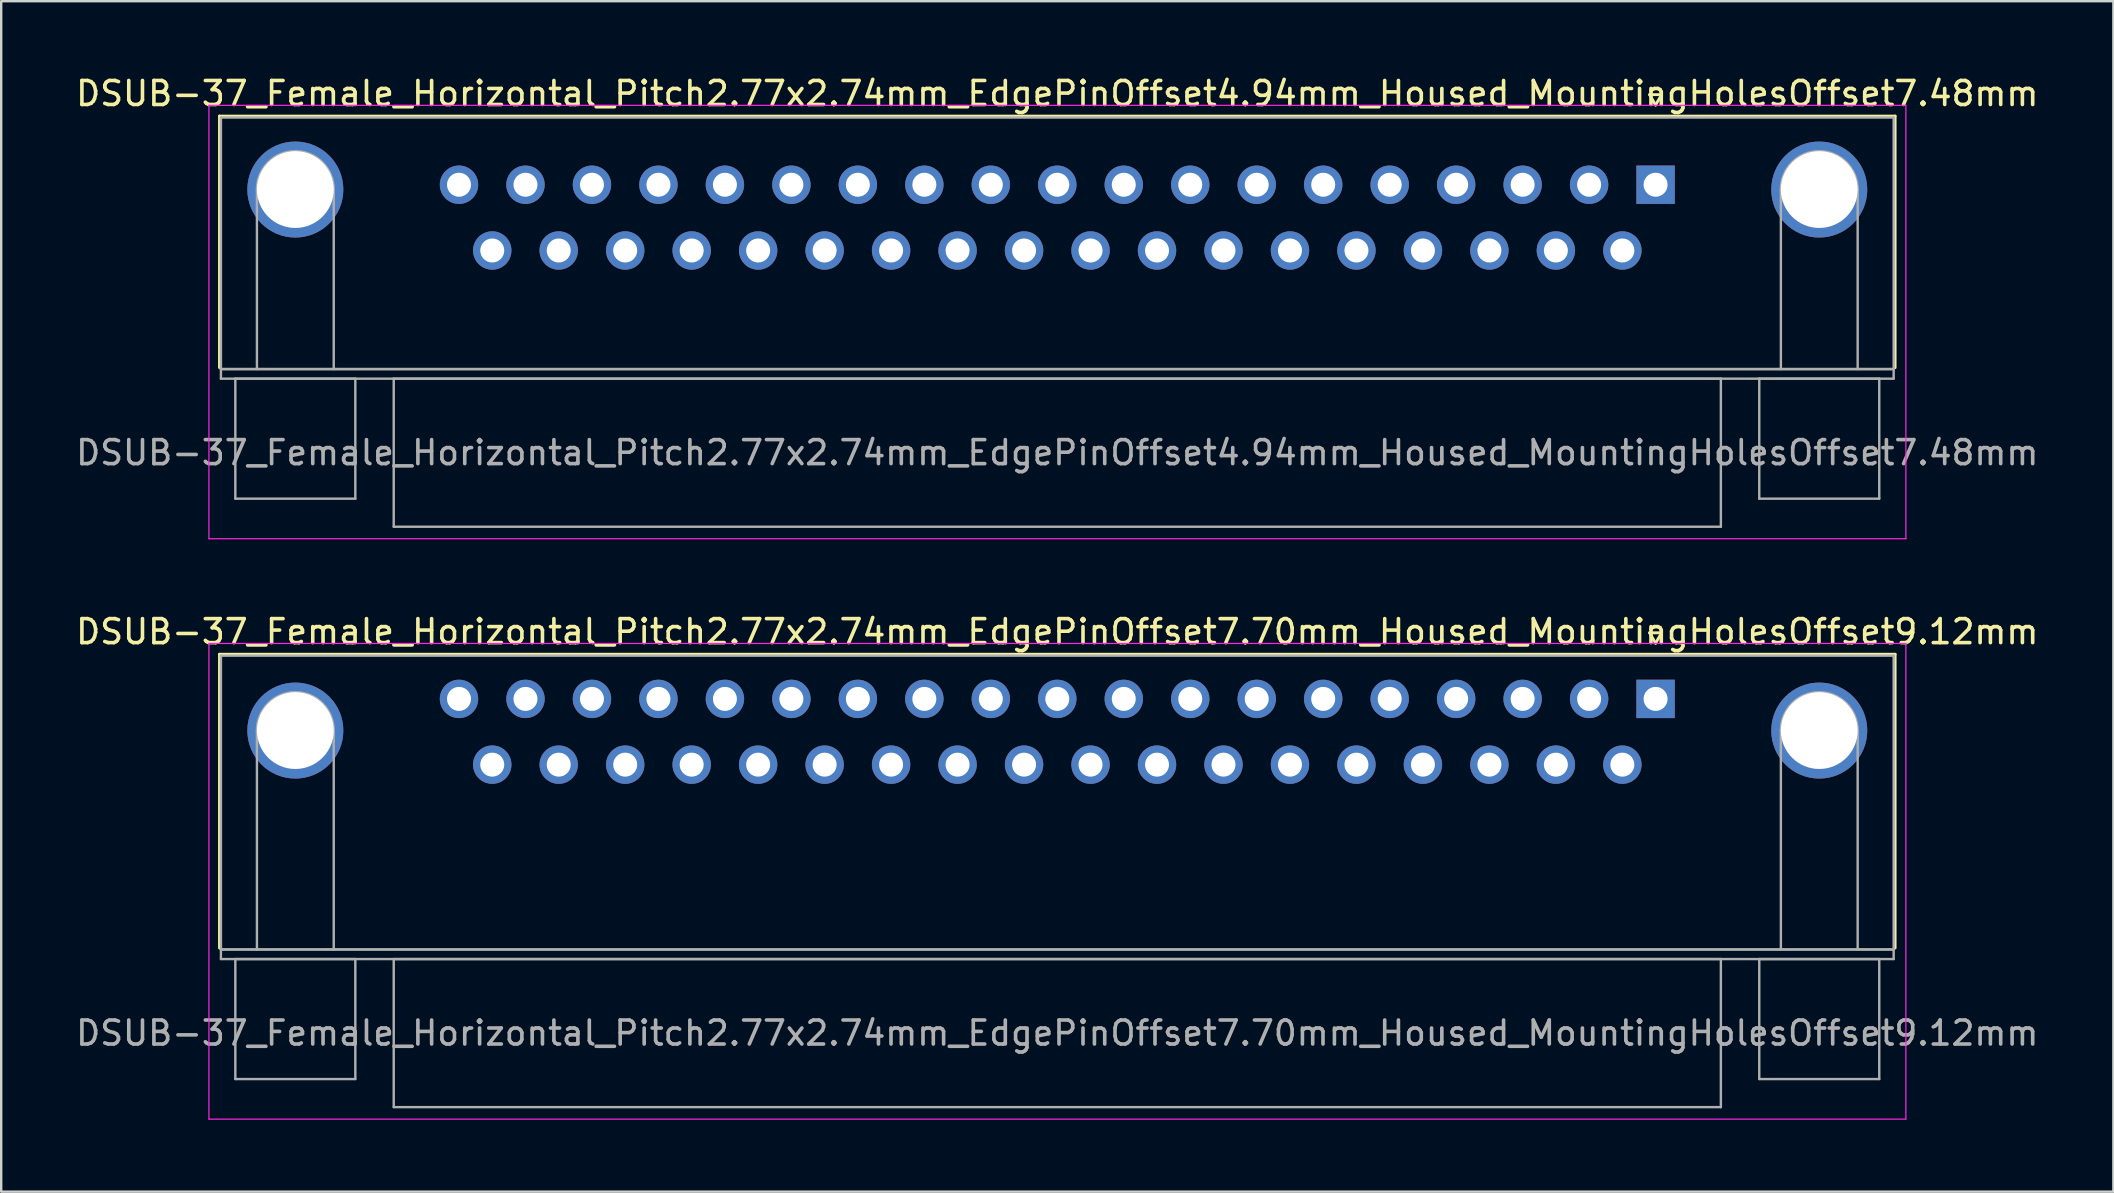
<source format=kicad_pcb>
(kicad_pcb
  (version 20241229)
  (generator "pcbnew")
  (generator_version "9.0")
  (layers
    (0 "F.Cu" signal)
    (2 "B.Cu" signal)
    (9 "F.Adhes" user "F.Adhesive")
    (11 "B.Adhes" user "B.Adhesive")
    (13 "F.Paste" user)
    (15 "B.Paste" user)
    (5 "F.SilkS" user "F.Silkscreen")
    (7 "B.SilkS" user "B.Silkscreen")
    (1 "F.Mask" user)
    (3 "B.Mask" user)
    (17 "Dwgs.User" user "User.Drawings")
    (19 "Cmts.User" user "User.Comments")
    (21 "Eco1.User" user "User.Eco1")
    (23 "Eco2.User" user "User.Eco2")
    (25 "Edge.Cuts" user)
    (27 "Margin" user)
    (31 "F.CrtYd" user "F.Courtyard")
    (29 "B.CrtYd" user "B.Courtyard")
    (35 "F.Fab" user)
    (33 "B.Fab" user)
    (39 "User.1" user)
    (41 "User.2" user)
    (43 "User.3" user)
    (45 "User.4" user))
  (footprint "DSUB-37_Female_Horizontal_Pitch2.77x2.74mm_EdgePinOffset4.94mm_Housed_MountingHolesOffset7.48mm"
    (layer "F.Cu")
    (at 65.936 4.648)
    (property "Reference" "DSUB-37_Female_Horizontal_Pitch2.77x2.74mm_EdgePinOffset4.94mm_Housed_MountingHolesOffset7.48mm" (at -24.93 -3.8 0) (layer "F.SilkS") (effects (font (size 1 1) (thickness 0.15))))
    (attr through_hole)
    (fp_line (start -59.84 -2.86) (end 9.98 -2.86) (stroke (width 0.12) (type solid)) (layer "F.SilkS"))
    (fp_line (start -59.84 7.62) (end -59.84 -2.86) (stroke (width 0.12) (type solid)) (layer "F.SilkS"))
    (fp_line (start -0.25 -3.754) (end 0.25 -3.754) (stroke (width 0.12) (type solid)) (layer "F.SilkS"))
    (fp_line (start 0 -3.321) (end -0.25 -3.754) (stroke (width 0.12) (type solid)) (layer "F.SilkS"))
    (fp_line (start 0.25 -3.754) (end 0 -3.321) (stroke (width 0.12) (type solid)) (layer "F.SilkS"))
    (fp_line (start 9.98 -2.86) (end 9.98 7.62) (stroke (width 0.12) (type solid)) (layer "F.SilkS"))
    (fp_line (start -60.28 -3.31) (end -60.28 14.75) (stroke (width 0.05) (type solid)) (layer "F.CrtYd"))
    (fp_line (start -60.28 14.75) (end 10.43 14.75) (stroke (width 0.05) (type solid)) (layer "F.CrtYd"))
    (fp_line (start 10.43 -3.31) (end -60.28 -3.31) (stroke (width 0.05) (type solid)) (layer "F.CrtYd"))
    (fp_line (start 10.43 14.75) (end 10.43 -3.31) (stroke (width 0.05) (type solid)) (layer "F.CrtYd"))
    (fp_line (start -59.78 -2.8) (end -59.78 7.68) (stroke (width 0.1) (type solid)) (layer "F.Fab"))
    (fp_line (start -59.78 7.68) (end -59.78 8.08) (stroke (width 0.1) (type solid)) (layer "F.Fab"))
    (fp_line (start -59.78 7.68) (end 9.92 7.68) (stroke (width 0.1) (type solid)) (layer "F.Fab"))
    (fp_line (start -59.78 8.08) (end 9.92 8.08) (stroke (width 0.1) (type solid)) (layer "F.Fab"))
    (fp_line (start -59.18 8.08) (end -59.18 13.08) (stroke (width 0.1) (type solid)) (layer "F.Fab"))
    (fp_line (start -59.18 13.08) (end -54.18 13.08) (stroke (width 0.1) (type solid)) (layer "F.Fab"))
    (fp_line (start -58.28 7.68) (end -58.28 0.2) (stroke (width 0.1) (type solid)) (layer "F.Fab"))
    (fp_line (start -55.08 7.68) (end -55.08 0.2) (stroke (width 0.1) (type solid)) (layer "F.Fab"))
    (fp_line (start -54.18 8.08) (end -59.18 8.08) (stroke (width 0.1) (type solid)) (layer "F.Fab"))
    (fp_line (start -54.18 13.08) (end -54.18 8.08) (stroke (width 0.1) (type solid)) (layer "F.Fab"))
    (fp_line (start -52.58 8.08) (end -52.58 14.25) (stroke (width 0.1) (type solid)) (layer "F.Fab"))
    (fp_line (start -52.58 14.25) (end 2.72 14.25) (stroke (width 0.1) (type solid)) (layer "F.Fab"))
    (fp_line (start 2.72 8.08) (end -52.58 8.08) (stroke (width 0.1) (type solid)) (layer "F.Fab"))
    (fp_line (start 2.72 14.25) (end 2.72 8.08) (stroke (width 0.1) (type solid)) (layer "F.Fab"))
    (fp_line (start 4.32 8.08) (end 4.32 13.08) (stroke (width 0.1) (type solid)) (layer "F.Fab"))
    (fp_line (start 4.32 13.08) (end 9.32 13.08) (stroke (width 0.1) (type solid)) (layer "F.Fab"))
    (fp_line (start 5.22 7.68) (end 5.22 0.2) (stroke (width 0.1) (type solid)) (layer "F.Fab"))
    (fp_line (start 8.42 7.68) (end 8.42 0.2) (stroke (width 0.1) (type solid)) (layer "F.Fab"))
    (fp_line (start 9.32 8.08) (end 4.32 8.08) (stroke (width 0.1) (type solid)) (layer "F.Fab"))
    (fp_line (start 9.32 13.08) (end 9.32 8.08) (stroke (width 0.1) (type solid)) (layer "F.Fab"))
    (fp_line (start 9.92 -2.8) (end -59.78 -2.8) (stroke (width 0.1) (type solid)) (layer "F.Fab"))
    (fp_line (start 9.92 7.68) (end -59.78 7.68) (stroke (width 0.1) (type solid)) (layer "F.Fab"))
    (fp_line (start 9.92 7.68) (end 9.92 -2.8) (stroke (width 0.1) (type solid)) (layer "F.Fab"))
    (fp_line (start 9.92 8.08) (end 9.92 7.68) (stroke (width 0.1) (type solid)) (layer "F.Fab"))
    (fp_arc (start -58.28 0.2) (mid -56.68 -1.4) (end -55.08 0.2) (stroke (width 0.1) (type solid)) (layer "F.Fab"))
    (fp_arc (start 5.22 0.2) (mid 6.82 -1.4) (end 8.42 0.2) (stroke (width 0.1) (type solid)) (layer "F.Fab"))
    (fp_text user "${REFERENCE}" (at -24.93 11.165 0) (layer "F.Fab") (effects (font (size 1 1) (thickness 0.15))))
    (pad "0" thru_hole circle (at -56.68 0.2) (size 4 4) (drill 3.2) (layers "*.Cu" "*.Mask"))
    (pad "0" thru_hole circle (at 6.82 0.2) (size 4 4) (drill 3.2) (layers "*.Cu" "*.Mask"))
    (pad "1" thru_hole rect (at 0 0) (size 1.6 1.6) (drill 1) (layers "*.Cu" "*.Mask"))
    (pad "2" thru_hole circle (at -2.77 0) (size 1.6 1.6) (drill 1) (layers "*.Cu" "*.Mask"))
    (pad "3" thru_hole circle (at -5.54 0) (size 1.6 1.6) (drill 1) (layers "*.Cu" "*.Mask"))
    (pad "4" thru_hole circle (at -8.31 0) (size 1.6 1.6) (drill 1) (layers "*.Cu" "*.Mask"))
    (pad "5" thru_hole circle (at -11.08 0) (size 1.6 1.6) (drill 1) (layers "*.Cu" "*.Mask"))
    (pad "6" thru_hole circle (at -13.85 0) (size 1.6 1.6) (drill 1) (layers "*.Cu" "*.Mask"))
    (pad "7" thru_hole circle (at -16.62 0) (size 1.6 1.6) (drill 1) (layers "*.Cu" "*.Mask"))
    (pad "8" thru_hole circle (at -19.39 0) (size 1.6 1.6) (drill 1) (layers "*.Cu" "*.Mask"))
    (pad "9" thru_hole circle (at -22.16 0) (size 1.6 1.6) (drill 1) (layers "*.Cu" "*.Mask"))
    (pad "10" thru_hole circle (at -24.93 0) (size 1.6 1.6) (drill 1) (layers "*.Cu" "*.Mask"))
    (pad "11" thru_hole circle (at -27.7 0) (size 1.6 1.6) (drill 1) (layers "*.Cu" "*.Mask"))
    (pad "12" thru_hole circle (at -30.47 0) (size 1.6 1.6) (drill 1) (layers "*.Cu" "*.Mask"))
    (pad "13" thru_hole circle (at -33.24 0) (size 1.6 1.6) (drill 1) (layers "*.Cu" "*.Mask"))
    (pad "14" thru_hole circle (at -36.01 0) (size 1.6 1.6) (drill 1) (layers "*.Cu" "*.Mask"))
    (pad "15" thru_hole circle (at -38.78 0) (size 1.6 1.6) (drill 1) (layers "*.Cu" "*.Mask"))
    (pad "16" thru_hole circle (at -41.55 0) (size 1.6 1.6) (drill 1) (layers "*.Cu" "*.Mask"))
    (pad "17" thru_hole circle (at -44.32 0) (size 1.6 1.6) (drill 1) (layers "*.Cu" "*.Mask"))
    (pad "18" thru_hole circle (at -47.09 0) (size 1.6 1.6) (drill 1) (layers "*.Cu" "*.Mask"))
    (pad "19" thru_hole circle (at -49.86 0) (size 1.6 1.6) (drill 1) (layers "*.Cu" "*.Mask"))
    (pad "20" thru_hole circle (at -1.385 2.74) (size 1.6 1.6) (drill 1) (layers "*.Cu" "*.Mask"))
    (pad "21" thru_hole circle (at -4.155 2.74) (size 1.6 1.6) (drill 1) (layers "*.Cu" "*.Mask"))
    (pad "22" thru_hole circle (at -6.925 2.74) (size 1.6 1.6) (drill 1) (layers "*.Cu" "*.Mask"))
    (pad "23" thru_hole circle (at -9.695 2.74) (size 1.6 1.6) (drill 1) (layers "*.Cu" "*.Mask"))
    (pad "24" thru_hole circle (at -12.465 2.74) (size 1.6 1.6) (drill 1) (layers "*.Cu" "*.Mask"))
    (pad "25" thru_hole circle (at -15.235 2.74) (size 1.6 1.6) (drill 1) (layers "*.Cu" "*.Mask"))
    (pad "26" thru_hole circle (at -18.005 2.74) (size 1.6 1.6) (drill 1) (layers "*.Cu" "*.Mask"))
    (pad "27" thru_hole circle (at -20.775 2.74) (size 1.6 1.6) (drill 1) (layers "*.Cu" "*.Mask"))
    (pad "28" thru_hole circle (at -23.545 2.74) (size 1.6 1.6) (drill 1) (layers "*.Cu" "*.Mask"))
    (pad "29" thru_hole circle (at -26.315 2.74) (size 1.6 1.6) (drill 1) (layers "*.Cu" "*.Mask"))
    (pad "30" thru_hole circle (at -29.085 2.74) (size 1.6 1.6) (drill 1) (layers "*.Cu" "*.Mask"))
    (pad "31" thru_hole circle (at -31.855 2.74) (size 1.6 1.6) (drill 1) (layers "*.Cu" "*.Mask"))
    (pad "32" thru_hole circle (at -34.625 2.74) (size 1.6 1.6) (drill 1) (layers "*.Cu" "*.Mask"))
    (pad "33" thru_hole circle (at -37.395 2.74) (size 1.6 1.6) (drill 1) (layers "*.Cu" "*.Mask"))
    (pad "34" thru_hole circle (at -40.165 2.74) (size 1.6 1.6) (drill 1) (layers "*.Cu" "*.Mask"))
    (pad "35" thru_hole circle (at -42.935 2.74) (size 1.6 1.6) (drill 1) (layers "*.Cu" "*.Mask"))
    (pad "36" thru_hole circle (at -45.705 2.74) (size 1.6 1.6) (drill 1) (layers "*.Cu" "*.Mask"))
    (pad "37" thru_hole circle (at -48.475 2.74) (size 1.6 1.6) (drill 1) (layers "*.Cu" "*.Mask")))
  (footprint "DSUB-37_Female_Horizontal_Pitch2.77x2.74mm_EdgePinOffset7.70mm_Housed_MountingHolesOffset9.12mm"
    (layer "F.Cu")
    (at 65.936 26.072)
    (property "Reference" "DSUB-37_Female_Horizontal_Pitch2.77x2.74mm_EdgePinOffset7.70mm_Housed_MountingHolesOffset9.12mm" (at -24.93 -2.8 0) (layer "F.SilkS") (effects (font (size 1 1) (thickness 0.15))))
    (attr through_hole)
    (fp_line (start -59.84 -1.86) (end 9.98 -1.86) (stroke (width 0.12) (type solid)) (layer "F.SilkS"))
    (fp_line (start -59.84 10.38) (end -59.84 -1.86) (stroke (width 0.12) (type solid)) (layer "F.SilkS"))
    (fp_line (start -0.25 -2.754) (end 0.25 -2.754) (stroke (width 0.12) (type solid)) (layer "F.SilkS"))
    (fp_line (start 0 -2.321) (end -0.25 -2.754) (stroke (width 0.12) (type solid)) (layer "F.SilkS"))
    (fp_line (start 0.25 -2.754) (end 0 -2.321) (stroke (width 0.12) (type solid)) (layer "F.SilkS"))
    (fp_line (start 9.98 -1.86) (end 9.98 10.38) (stroke (width 0.12) (type solid)) (layer "F.SilkS"))
    (fp_line (start -60.28 -2.31) (end -60.28 17.51) (stroke (width 0.05) (type solid)) (layer "F.CrtYd"))
    (fp_line (start -60.28 17.51) (end 10.43 17.51) (stroke (width 0.05) (type solid)) (layer "F.CrtYd"))
    (fp_line (start 10.43 -2.31) (end -60.28 -2.31) (stroke (width 0.05) (type solid)) (layer "F.CrtYd"))
    (fp_line (start 10.43 17.51) (end 10.43 -2.31) (stroke (width 0.05) (type solid)) (layer "F.CrtYd"))
    (fp_line (start -59.78 -1.8) (end -59.78 10.44) (stroke (width 0.1) (type solid)) (layer "F.Fab"))
    (fp_line (start -59.78 10.44) (end -59.78 10.84) (stroke (width 0.1) (type solid)) (layer "F.Fab"))
    (fp_line (start -59.78 10.44) (end 9.92 10.44) (stroke (width 0.1) (type solid)) (layer "F.Fab"))
    (fp_line (start -59.78 10.84) (end 9.92 10.84) (stroke (width 0.1) (type solid)) (layer "F.Fab"))
    (fp_line (start -59.18 10.84) (end -59.18 15.84) (stroke (width 0.1) (type solid)) (layer "F.Fab"))
    (fp_line (start -59.18 15.84) (end -54.18 15.84) (stroke (width 0.1) (type solid)) (layer "F.Fab"))
    (fp_line (start -58.28 10.44) (end -58.28 1.32) (stroke (width 0.1) (type solid)) (layer "F.Fab"))
    (fp_line (start -55.08 10.44) (end -55.08 1.32) (stroke (width 0.1) (type solid)) (layer "F.Fab"))
    (fp_line (start -54.18 10.84) (end -59.18 10.84) (stroke (width 0.1) (type solid)) (layer "F.Fab"))
    (fp_line (start -54.18 15.84) (end -54.18 10.84) (stroke (width 0.1) (type solid)) (layer "F.Fab"))
    (fp_line (start -52.58 10.84) (end -52.58 17.01) (stroke (width 0.1) (type solid)) (layer "F.Fab"))
    (fp_line (start -52.58 17.01) (end 2.72 17.01) (stroke (width 0.1) (type solid)) (layer "F.Fab"))
    (fp_line (start 2.72 10.84) (end -52.58 10.84) (stroke (width 0.1) (type solid)) (layer "F.Fab"))
    (fp_line (start 2.72 17.01) (end 2.72 10.84) (stroke (width 0.1) (type solid)) (layer "F.Fab"))
    (fp_line (start 4.32 10.84) (end 4.32 15.84) (stroke (width 0.1) (type solid)) (layer "F.Fab"))
    (fp_line (start 4.32 15.84) (end 9.32 15.84) (stroke (width 0.1) (type solid)) (layer "F.Fab"))
    (fp_line (start 5.22 10.44) (end 5.22 1.32) (stroke (width 0.1) (type solid)) (layer "F.Fab"))
    (fp_line (start 8.42 10.44) (end 8.42 1.32) (stroke (width 0.1) (type solid)) (layer "F.Fab"))
    (fp_line (start 9.32 10.84) (end 4.32 10.84) (stroke (width 0.1) (type solid)) (layer "F.Fab"))
    (fp_line (start 9.32 15.84) (end 9.32 10.84) (stroke (width 0.1) (type solid)) (layer "F.Fab"))
    (fp_line (start 9.92 -1.8) (end -59.78 -1.8) (stroke (width 0.1) (type solid)) (layer "F.Fab"))
    (fp_line (start 9.92 10.44) (end -59.78 10.44) (stroke (width 0.1) (type solid)) (layer "F.Fab"))
    (fp_line (start 9.92 10.44) (end 9.92 -1.8) (stroke (width 0.1) (type solid)) (layer "F.Fab"))
    (fp_line (start 9.92 10.84) (end 9.92 10.44) (stroke (width 0.1) (type solid)) (layer "F.Fab"))
    (fp_arc (start -58.28 1.32) (mid -56.68 -0.28) (end -55.08 1.32) (stroke (width 0.1) (type solid)) (layer "F.Fab"))
    (fp_arc (start 5.22 1.32) (mid 6.82 -0.28) (end 8.42 1.32) (stroke (width 0.1) (type solid)) (layer "F.Fab"))
    (fp_text user "${REFERENCE}" (at -24.93 13.925 0) (layer "F.Fab") (effects (font (size 1 1) (thickness 0.15))))
    (pad "0" thru_hole circle (at -56.68 1.32) (size 4 4) (drill 3.2) (layers "*.Cu" "*.Mask"))
    (pad "0" thru_hole circle (at 6.82 1.32) (size 4 4) (drill 3.2) (layers "*.Cu" "*.Mask"))
    (pad "1" thru_hole rect (at 0 0) (size 1.6 1.6) (drill 1) (layers "*.Cu" "*.Mask"))
    (pad "2" thru_hole circle (at -2.77 0) (size 1.6 1.6) (drill 1) (layers "*.Cu" "*.Mask"))
    (pad "3" thru_hole circle (at -5.54 0) (size 1.6 1.6) (drill 1) (layers "*.Cu" "*.Mask"))
    (pad "4" thru_hole circle (at -8.31 0) (size 1.6 1.6) (drill 1) (layers "*.Cu" "*.Mask"))
    (pad "5" thru_hole circle (at -11.08 0) (size 1.6 1.6) (drill 1) (layers "*.Cu" "*.Mask"))
    (pad "6" thru_hole circle (at -13.85 0) (size 1.6 1.6) (drill 1) (layers "*.Cu" "*.Mask"))
    (pad "7" thru_hole circle (at -16.62 0) (size 1.6 1.6) (drill 1) (layers "*.Cu" "*.Mask"))
    (pad "8" thru_hole circle (at -19.39 0) (size 1.6 1.6) (drill 1) (layers "*.Cu" "*.Mask"))
    (pad "9" thru_hole circle (at -22.16 0) (size 1.6 1.6) (drill 1) (layers "*.Cu" "*.Mask"))
    (pad "10" thru_hole circle (at -24.93 0) (size 1.6 1.6) (drill 1) (layers "*.Cu" "*.Mask"))
    (pad "11" thru_hole circle (at -27.7 0) (size 1.6 1.6) (drill 1) (layers "*.Cu" "*.Mask"))
    (pad "12" thru_hole circle (at -30.47 0) (size 1.6 1.6) (drill 1) (layers "*.Cu" "*.Mask"))
    (pad "13" thru_hole circle (at -33.24 0) (size 1.6 1.6) (drill 1) (layers "*.Cu" "*.Mask"))
    (pad "14" thru_hole circle (at -36.01 0) (size 1.6 1.6) (drill 1) (layers "*.Cu" "*.Mask"))
    (pad "15" thru_hole circle (at -38.78 0) (size 1.6 1.6) (drill 1) (layers "*.Cu" "*.Mask"))
    (pad "16" thru_hole circle (at -41.55 0) (size 1.6 1.6) (drill 1) (layers "*.Cu" "*.Mask"))
    (pad "17" thru_hole circle (at -44.32 0) (size 1.6 1.6) (drill 1) (layers "*.Cu" "*.Mask"))
    (pad "18" thru_hole circle (at -47.09 0) (size 1.6 1.6) (drill 1) (layers "*.Cu" "*.Mask"))
    (pad "19" thru_hole circle (at -49.86 0) (size 1.6 1.6) (drill 1) (layers "*.Cu" "*.Mask"))
    (pad "20" thru_hole circle (at -1.385 2.74) (size 1.6 1.6) (drill 1) (layers "*.Cu" "*.Mask"))
    (pad "21" thru_hole circle (at -4.155 2.74) (size 1.6 1.6) (drill 1) (layers "*.Cu" "*.Mask"))
    (pad "22" thru_hole circle (at -6.925 2.74) (size 1.6 1.6) (drill 1) (layers "*.Cu" "*.Mask"))
    (pad "23" thru_hole circle (at -9.695 2.74) (size 1.6 1.6) (drill 1) (layers "*.Cu" "*.Mask"))
    (pad "24" thru_hole circle (at -12.465 2.74) (size 1.6 1.6) (drill 1) (layers "*.Cu" "*.Mask"))
    (pad "25" thru_hole circle (at -15.235 2.74) (size 1.6 1.6) (drill 1) (layers "*.Cu" "*.Mask"))
    (pad "26" thru_hole circle (at -18.005 2.74) (size 1.6 1.6) (drill 1) (layers "*.Cu" "*.Mask"))
    (pad "27" thru_hole circle (at -20.775 2.74) (size 1.6 1.6) (drill 1) (layers "*.Cu" "*.Mask"))
    (pad "28" thru_hole circle (at -23.545 2.74) (size 1.6 1.6) (drill 1) (layers "*.Cu" "*.Mask"))
    (pad "29" thru_hole circle (at -26.315 2.74) (size 1.6 1.6) (drill 1) (layers "*.Cu" "*.Mask"))
    (pad "30" thru_hole circle (at -29.085 2.74) (size 1.6 1.6) (drill 1) (layers "*.Cu" "*.Mask"))
    (pad "31" thru_hole circle (at -31.855 2.74) (size 1.6 1.6) (drill 1) (layers "*.Cu" "*.Mask"))
    (pad "32" thru_hole circle (at -34.625 2.74) (size 1.6 1.6) (drill 1) (layers "*.Cu" "*.Mask"))
    (pad "33" thru_hole circle (at -37.395 2.74) (size 1.6 1.6) (drill 1) (layers "*.Cu" "*.Mask"))
    (pad "34" thru_hole circle (at -40.165 2.74) (size 1.6 1.6) (drill 1) (layers "*.Cu" "*.Mask"))
    (pad "35" thru_hole circle (at -42.935 2.74) (size 1.6 1.6) (drill 1) (layers "*.Cu" "*.Mask"))
    (pad "36" thru_hole circle (at -45.705 2.74) (size 1.6 1.6) (drill 1) (layers "*.Cu" "*.Mask"))
    (pad "37" thru_hole circle (at -48.475 2.74) (size 1.6 1.6) (drill 1) (layers "*.Cu" "*.Mask")))
  (gr_rect
    (start -3 -3)
    (end 85.012 46.606)
    (stroke (width 0.1) (type default))
    (fill no)
    (layer "Edge.Cuts")))
</source>
